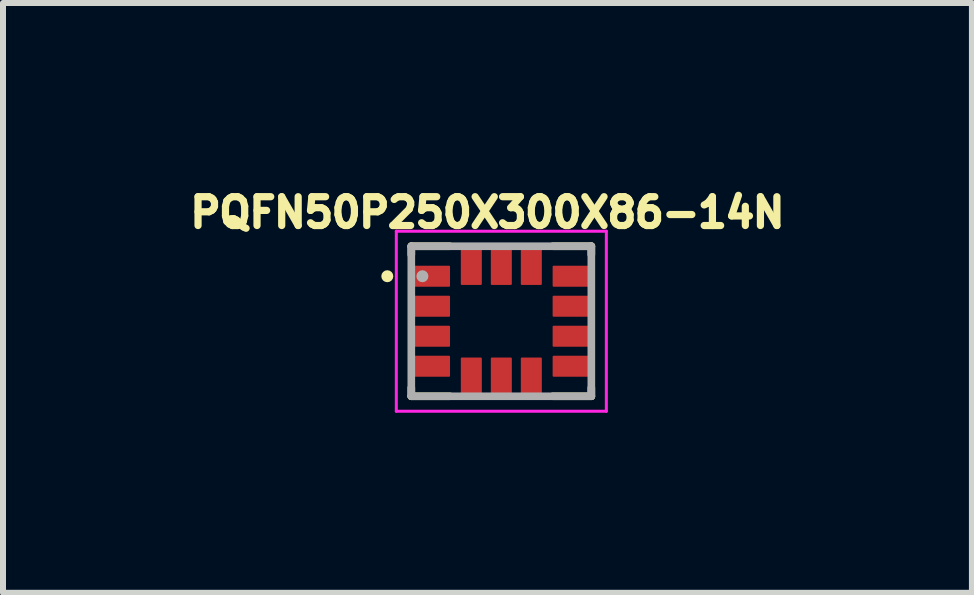
<source format=kicad_pcb>
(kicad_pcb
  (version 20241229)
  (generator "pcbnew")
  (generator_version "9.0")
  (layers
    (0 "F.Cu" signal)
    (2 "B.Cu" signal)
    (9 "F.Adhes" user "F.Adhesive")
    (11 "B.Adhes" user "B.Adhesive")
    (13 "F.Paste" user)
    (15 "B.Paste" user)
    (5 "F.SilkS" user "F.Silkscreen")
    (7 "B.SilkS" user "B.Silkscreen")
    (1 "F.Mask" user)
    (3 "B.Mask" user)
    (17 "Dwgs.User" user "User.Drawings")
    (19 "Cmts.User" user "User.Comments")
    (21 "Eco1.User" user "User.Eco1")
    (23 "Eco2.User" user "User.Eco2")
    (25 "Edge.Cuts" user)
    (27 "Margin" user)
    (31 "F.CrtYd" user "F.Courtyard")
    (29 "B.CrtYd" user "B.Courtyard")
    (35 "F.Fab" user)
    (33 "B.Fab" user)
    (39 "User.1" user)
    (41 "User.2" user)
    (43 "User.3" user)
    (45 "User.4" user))
  (footprint "PQFN50P250X300X86-14N"
    (layer "F.Cu")
    (at 5.304 2.303)
    (property "Reference" "PQFN50P250X300X86-14N" (at -0.231 -1.811 0) (layer "F.SilkS") (effects (font (size 0.48 0.48) (thickness 0.15))))
    (attr smd)
    (fp_line (start -1.5 -1.25) (end -0.859 -1.25) (stroke (width 0.127) (type solid)) (layer "F.SilkS"))
    (fp_line (start -1.5 -1.109) (end -1.5 -1.25) (stroke (width 0.127) (type solid)) (layer "F.SilkS"))
    (fp_line (start -1.5 1.109) (end -1.5 1.25) (stroke (width 0.127) (type solid)) (layer "F.SilkS"))
    (fp_line (start -1.5 1.25) (end -0.859 1.25) (stroke (width 0.127) (type solid)) (layer "F.SilkS"))
    (fp_line (start 1.5 -1.25) (end 0.859 -1.25) (stroke (width 0.127) (type solid)) (layer "F.SilkS"))
    (fp_line (start 1.5 -1.109) (end 1.5 -1.25) (stroke (width 0.127) (type solid)) (layer "F.SilkS"))
    (fp_line (start 1.5 1.109) (end 1.5 1.25) (stroke (width 0.127) (type solid)) (layer "F.SilkS"))
    (fp_line (start 1.5 1.25) (end 0.859 1.25) (stroke (width 0.127) (type solid)) (layer "F.SilkS"))
    (fp_circle (center -1.9 -0.75) (end -1.85 -0.75) (stroke (width 0.1) (type solid)) (fill no) (layer "F.SilkS"))
    (fp_line (start -1.75 -1.5) (end 1.75 -1.5) (stroke (width 0.05) (type solid)) (layer "F.CrtYd"))
    (fp_line (start -1.75 1.5) (end -1.75 -1.5) (stroke (width 0.05) (type solid)) (layer "F.CrtYd"))
    (fp_line (start 1.75 -1.5) (end 1.75 1.5) (stroke (width 0.05) (type solid)) (layer "F.CrtYd"))
    (fp_line (start 1.75 1.5) (end -1.75 1.5) (stroke (width 0.05) (type solid)) (layer "F.CrtYd"))
    (fp_line (start -1.5 -1.25) (end 1.5 -1.25) (stroke (width 0.127) (type solid)) (layer "F.Fab"))
    (fp_line (start -1.5 1.25) (end -1.5 -1.25) (stroke (width 0.127) (type solid)) (layer "F.Fab"))
    (fp_line (start -1.5 1.25) (end 1.5 1.25) (stroke (width 0.127) (type solid)) (layer "F.Fab"))
    (fp_line (start 1.5 -1.25) (end 1.5 1.25) (stroke (width 0.127) (type solid)) (layer "F.Fab"))
    (fp_circle (center -1.315 -0.75) (end -1.265 -0.75) (stroke (width 0.1) (type solid)) (fill no) (layer "F.Fab"))
    (pad "1" smd roundrect (at -1.16 -0.75) (size 0.61 0.35) (layers "F.Cu" "F.Mask" "F.Paste") (roundrect_rratio 0.045))
    (pad "2" smd roundrect (at -1.16 -0.25) (size 0.61 0.35) (layers "F.Cu" "F.Mask" "F.Paste") (roundrect_rratio 0.045))
    (pad "3" smd roundrect (at -1.16 0.25) (size 0.61 0.35) (layers "F.Cu" "F.Mask" "F.Paste") (roundrect_rratio 0.045))
    (pad "4" smd roundrect (at -1.16 0.75) (size 0.61 0.35) (layers "F.Cu" "F.Mask" "F.Paste") (roundrect_rratio 0.045))
    (pad "5" smd roundrect (at -0.5 0.91) (size 0.35 0.61) (layers "F.Cu" "F.Mask" "F.Paste") (roundrect_rratio 0.045))
    (pad "6" smd roundrect (at 0 0.91) (size 0.35 0.61) (layers "F.Cu" "F.Mask" "F.Paste") (roundrect_rratio 0.045))
    (pad "7" smd roundrect (at 0.5 0.91) (size 0.35 0.61) (layers "F.Cu" "F.Mask" "F.Paste") (roundrect_rratio 0.045))
    (pad "8" smd roundrect (at 1.16 0.75) (size 0.61 0.35) (layers "F.Cu" "F.Mask" "F.Paste") (roundrect_rratio 0.045))
    (pad "9" smd roundrect (at 1.16 0.25) (size 0.61 0.35) (layers "F.Cu" "F.Mask" "F.Paste") (roundrect_rratio 0.045))
    (pad "10" smd roundrect (at 1.16 -0.25) (size 0.61 0.35) (layers "F.Cu" "F.Mask" "F.Paste") (roundrect_rratio 0.045))
    (pad "11" smd roundrect (at 1.16 -0.75) (size 0.61 0.35) (layers "F.Cu" "F.Mask" "F.Paste") (roundrect_rratio 0.045))
    (pad "12" smd roundrect (at 0.5 -0.91) (size 0.35 0.61) (layers "F.Cu" "F.Mask" "F.Paste") (roundrect_rratio 0.045))
    (pad "13" smd roundrect (at 0 -0.91) (size 0.35 0.61) (layers "F.Cu" "F.Mask" "F.Paste") (roundrect_rratio 0.045))
    (pad "14" smd roundrect (at -0.5 -0.91) (size 0.35 0.61) (layers "F.Cu" "F.Mask" "F.Paste") (roundrect_rratio 0.045)))
  (gr_rect
    (start -3 -3)
    (end 13.146 6.828)
    (stroke (width 0.1) (type default))
    (fill no)
    (layer "Edge.Cuts")))
</source>
